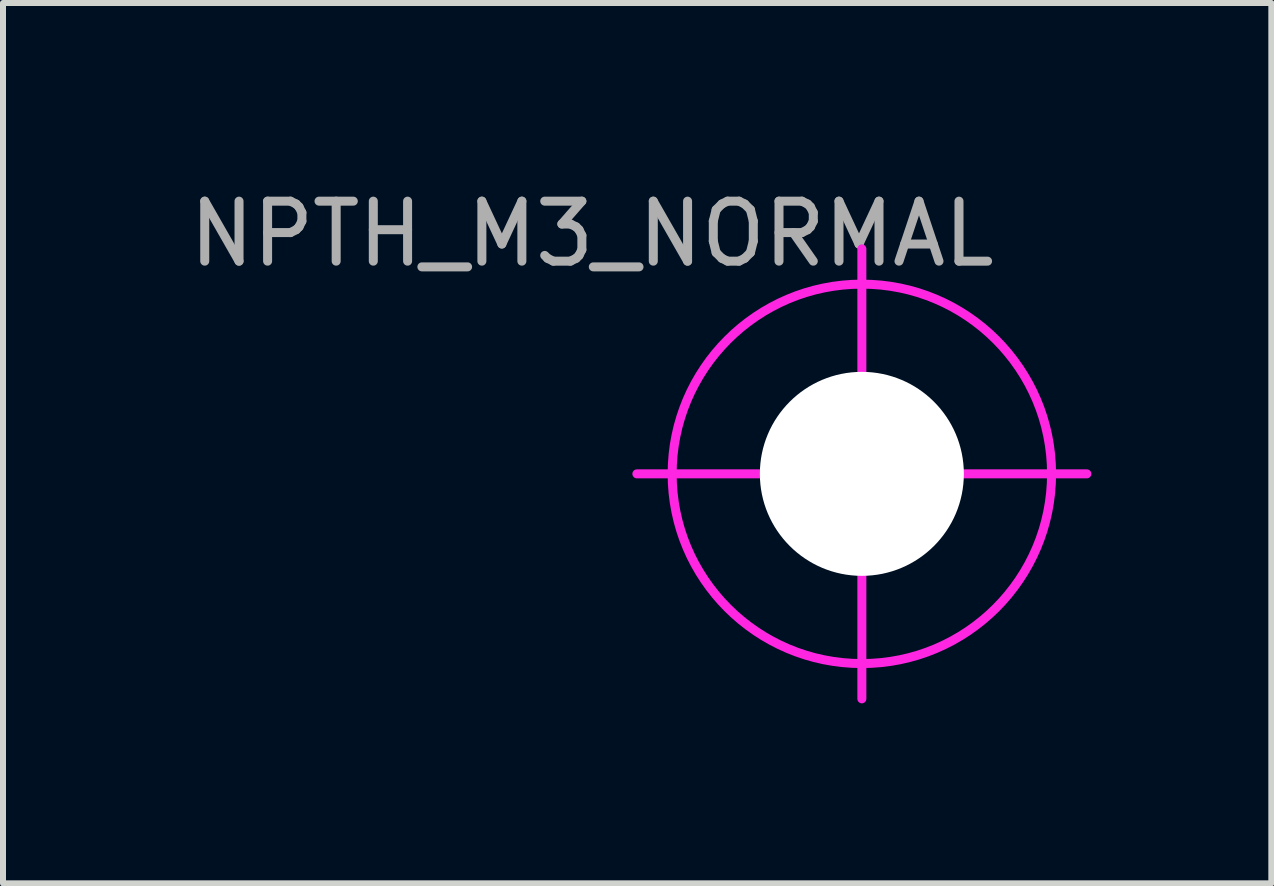
<source format=kicad_pcb>
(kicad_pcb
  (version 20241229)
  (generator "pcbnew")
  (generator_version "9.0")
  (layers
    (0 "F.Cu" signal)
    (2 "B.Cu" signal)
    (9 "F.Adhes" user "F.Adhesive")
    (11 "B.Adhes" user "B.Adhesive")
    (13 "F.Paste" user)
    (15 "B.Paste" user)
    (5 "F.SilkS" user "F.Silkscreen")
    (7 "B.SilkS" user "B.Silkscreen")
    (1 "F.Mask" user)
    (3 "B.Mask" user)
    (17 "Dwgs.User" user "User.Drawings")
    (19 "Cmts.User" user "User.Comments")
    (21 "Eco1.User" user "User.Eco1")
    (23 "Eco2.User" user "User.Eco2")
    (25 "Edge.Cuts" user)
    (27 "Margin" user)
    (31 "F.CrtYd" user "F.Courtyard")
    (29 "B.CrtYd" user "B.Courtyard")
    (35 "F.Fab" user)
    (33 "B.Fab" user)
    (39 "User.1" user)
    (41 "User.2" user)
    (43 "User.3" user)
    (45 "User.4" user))
  (footprint "NPTH_M3_NORMAL"
    (layer "F.Cu")
    (at 11.315 4.848)
    (property "Reference" "NPTH_M3_NORMAL" (at -4.5 -4 0) (layer "F.Fab") (effects (font (size 1 1) (thickness 0.15))))
    (attr through_hole)
    (fp_line (start 0 -3.75) (end 0 3.75) (stroke (width 0.15) (type solid)) (layer "F.CrtYd"))
    (fp_line (start 3.75 0) (end -3.75 0) (stroke (width 0.15) (type solid)) (layer "F.CrtYd"))
    (fp_circle (center 0 0) (end 3.162 0) (stroke (width 0.15) (type solid)) (fill no) (layer "F.CrtYd"))
    (pad "" np_thru_hole circle (at 0 0) (size 3.4 3.4) (drill 3.4) (layers "*.Cu" "*.Mask")))
  (gr_rect
    (start -3 -3)
    (end 18.14 11.673)
    (stroke (width 0.1) (type default))
    (fill no)
    (layer "Edge.Cuts")))
</source>
